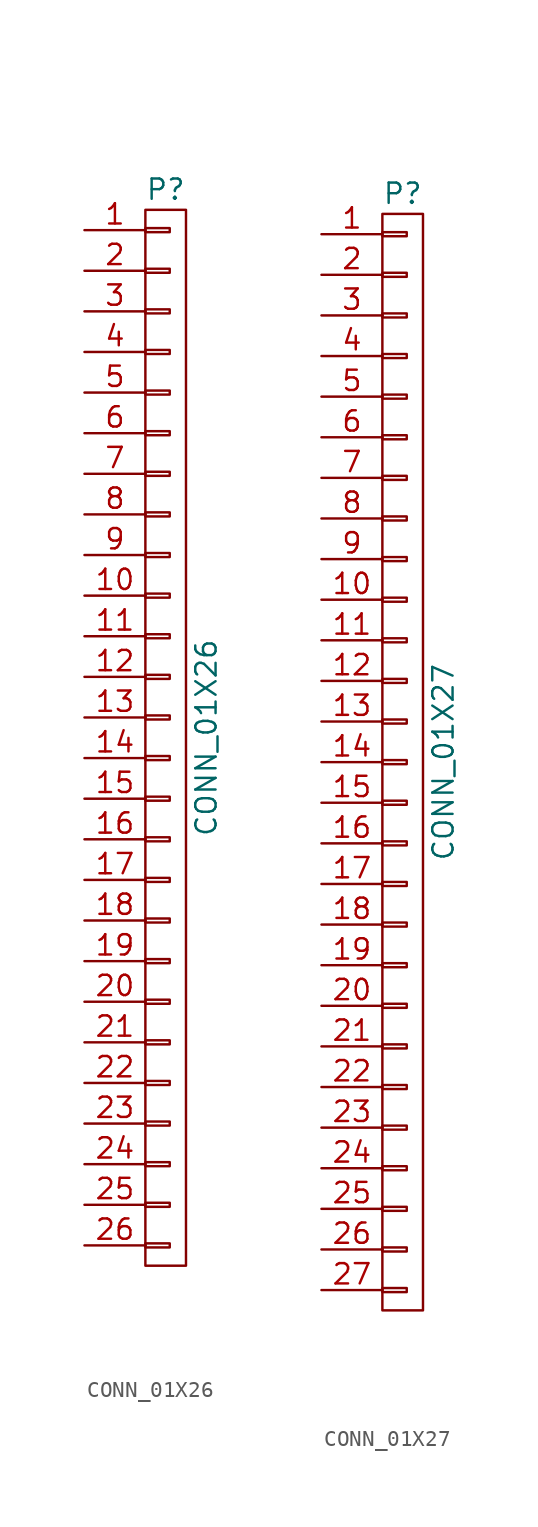
<source format=kicad_sym>
(kicad_symbol_lib
  (version 20231120)
  (generator "kicad_symbol_editor")
  (generator_version "8.0")
  (symbol "CONN_01X26"
    (pin_names
      (offset 1.016) hide)
    (property "Reference" "P"
      (at 0 34.29 0)
      (effects (font (size 1.27 1.27))))
    (property "Value" "CONN_01X26"
      (at 2.54 0 90)
      (effects (font (size 1.27 1.27))))
    (property "Footprint" ""
      (at 0 0 0)
      (effects (font (size 1.27 1.27))))
    (property "Datasheet" ""
      (at 0 0 0)
      (effects (font (size 1.27 1.27))))
    (symbol "CONN_01X26_0_1"
      (rectangle (start -1.27 -33.02) (end 1.27 33.02) (stroke (width 0) (type solid)) (fill (type none)))
      (rectangle (start -1.27 -31.623) (end 0.254 -31.877) (stroke (width 0) (type solid)) (fill (type none)))
      (rectangle (start -1.27 -29.083) (end 0.254 -29.337) (stroke (width 0) (type solid)) (fill (type none)))
      (rectangle (start -1.27 -26.543) (end 0.254 -26.797) (stroke (width 0) (type solid)) (fill (type none)))
      (rectangle (start -1.27 -24.003) (end 0.254 -24.257) (stroke (width 0) (type solid)) (fill (type none)))
      (rectangle (start -1.27 -21.463) (end 0.254 -21.717) (stroke (width 0) (type solid)) (fill (type none)))
      (rectangle (start -1.27 -18.923) (end 0.254 -19.177) (stroke (width 0) (type solid)) (fill (type none)))
      (rectangle (start -1.27 -16.383) (end 0.254 -16.637) (stroke (width 0) (type solid)) (fill (type none)))
      (rectangle (start -1.27 -13.843) (end 0.254 -14.097) (stroke (width 0) (type solid)) (fill (type none)))
      (rectangle (start -1.27 -11.303) (end 0.254 -11.557) (stroke (width 0) (type solid)) (fill (type none)))
      (rectangle (start -1.27 -8.763) (end 0.254 -9.017) (stroke (width 0) (type solid)) (fill (type none)))
      (rectangle (start -1.27 -6.223) (end 0.254 -6.477) (stroke (width 0) (type solid)) (fill (type none)))
      (rectangle (start -1.27 -3.683) (end 0.254 -3.937) (stroke (width 0) (type solid)) (fill (type none)))
      (rectangle (start -1.27 -1.143) (end 0.254 -1.397) (stroke (width 0) (type solid)) (fill (type none)))
      (rectangle (start -1.27 1.397) (end 0.254 1.143) (stroke (width 0) (type solid)) (fill (type none)))
      (rectangle (start -1.27 3.937) (end 0.254 3.683) (stroke (width 0) (type solid)) (fill (type none)))
      (rectangle (start -1.27 6.477) (end 0.254 6.223) (stroke (width 0) (type solid)) (fill (type none)))
      (rectangle (start -1.27 9.017) (end 0.254 8.763) (stroke (width 0) (type solid)) (fill (type none)))
      (rectangle (start -1.27 11.557) (end 0.254 11.303) (stroke (width 0) (type solid)) (fill (type none)))
      (rectangle (start -1.27 14.097) (end 0.254 13.843) (stroke (width 0) (type solid)) (fill (type none)))
      (rectangle (start -1.27 16.637) (end 0.254 16.383) (stroke (width 0) (type solid)) (fill (type none)))
      (rectangle (start -1.27 19.177) (end 0.254 18.923) (stroke (width 0) (type solid)) (fill (type none)))
      (rectangle (start -1.27 21.717) (end 0.254 21.463) (stroke (width 0) (type solid)) (fill (type none)))
      (rectangle (start -1.27 24.257) (end 0.254 24.003) (stroke (width 0) (type solid)) (fill (type none)))
      (rectangle (start -1.27 26.797) (end 0.254 26.543) (stroke (width 0) (type solid)) (fill (type none)))
      (rectangle (start -1.27 29.337) (end 0.254 29.083) (stroke (width 0) (type solid)) (fill (type none)))
      (rectangle (start -1.27 31.877) (end 0.254 31.623) (stroke (width 0) (type solid)) (fill (type none))))
    (symbol "CONN_01X26_1_1"
      (pin passive line (at -5.08 31.75 0) (length 3.81) (name "P1" (effects (font (size 1.27 1.27)))) (number "1" (effects (font (size 1.27 1.27)))))
      (pin passive line (at -5.08 8.89 0) (length 3.81) (name "P10" (effects (font (size 1.27 1.27)))) (number "10" (effects (font (size 1.27 1.27)))))
      (pin passive line (at -5.08 6.35 0) (length 3.81) (name "P11" (effects (font (size 1.27 1.27)))) (number "11" (effects (font (size 1.27 1.27)))))
      (pin passive line (at -5.08 3.81 0) (length 3.81) (name "P12" (effects (font (size 1.27 1.27)))) (number "12" (effects (font (size 1.27 1.27)))))
      (pin passive line (at -5.08 1.27 0) (length 3.81) (name "P13" (effects (font (size 1.27 1.27)))) (number "13" (effects (font (size 1.27 1.27)))))
      (pin passive line (at -5.08 -1.27 0) (length 3.81) (name "P14" (effects (font (size 1.27 1.27)))) (number "14" (effects (font (size 1.27 1.27)))))
      (pin passive line (at -5.08 -3.81 0) (length 3.81) (name "P15" (effects (font (size 1.27 1.27)))) (number "15" (effects (font (size 1.27 1.27)))))
      (pin passive line (at -5.08 -6.35 0) (length 3.81) (name "P16" (effects (font (size 1.27 1.27)))) (number "16" (effects (font (size 1.27 1.27)))))
      (pin passive line (at -5.08 -8.89 0) (length 3.81) (name "P17" (effects (font (size 1.27 1.27)))) (number "17" (effects (font (size 1.27 1.27)))))
      (pin passive line (at -5.08 -11.43 0) (length 3.81) (name "P18" (effects (font (size 1.27 1.27)))) (number "18" (effects (font (size 1.27 1.27)))))
      (pin passive line (at -5.08 -13.97 0) (length 3.81) (name "P19" (effects (font (size 1.27 1.27)))) (number "19" (effects (font (size 1.27 1.27)))))
      (pin passive line (at -5.08 29.21 0) (length 3.81) (name "P2" (effects (font (size 1.27 1.27)))) (number "2" (effects (font (size 1.27 1.27)))))
      (pin passive line (at -5.08 -16.51 0) (length 3.81) (name "P20" (effects (font (size 1.27 1.27)))) (number "20" (effects (font (size 1.27 1.27)))))
      (pin passive line (at -5.08 -19.05 0) (length 3.81) (name "P21" (effects (font (size 1.27 1.27)))) (number "21" (effects (font (size 1.27 1.27)))))
      (pin passive line (at -5.08 -21.59 0) (length 3.81) (name "P22" (effects (font (size 1.27 1.27)))) (number "22" (effects (font (size 1.27 1.27)))))
      (pin passive line (at -5.08 -24.13 0) (length 3.81) (name "P23" (effects (font (size 1.27 1.27)))) (number "23" (effects (font (size 1.27 1.27)))))
      (pin passive line (at -5.08 -26.67 0) (length 3.81) (name "P24" (effects (font (size 1.27 1.27)))) (number "24" (effects (font (size 1.27 1.27)))))
      (pin passive line (at -5.08 -29.21 0) (length 3.81) (name "P25" (effects (font (size 1.27 1.27)))) (number "25" (effects (font (size 1.27 1.27)))))
      (pin passive line (at -5.08 -31.75 0) (length 3.81) (name "P26" (effects (font (size 1.27 1.27)))) (number "26" (effects (font (size 1.27 1.27)))))
      (pin passive line (at -5.08 26.67 0) (length 3.81) (name "P3" (effects (font (size 1.27 1.27)))) (number "3" (effects (font (size 1.27 1.27)))))
      (pin passive line (at -5.08 24.13 0) (length 3.81) (name "P4" (effects (font (size 1.27 1.27)))) (number "4" (effects (font (size 1.27 1.27)))))
      (pin passive line (at -5.08 21.59 0) (length 3.81) (name "P5" (effects (font (size 1.27 1.27)))) (number "5" (effects (font (size 1.27 1.27)))))
      (pin passive line (at -5.08 19.05 0) (length 3.81) (name "P6" (effects (font (size 1.27 1.27)))) (number "6" (effects (font (size 1.27 1.27)))))
      (pin passive line (at -5.08 16.51 0) (length 3.81) (name "P7" (effects (font (size 1.27 1.27)))) (number "7" (effects (font (size 1.27 1.27)))))
      (pin passive line (at -5.08 13.97 0) (length 3.81) (name "P8" (effects (font (size 1.27 1.27)))) (number "8" (effects (font (size 1.27 1.27)))))
      (pin passive line (at -5.08 11.43 0) (length 3.81) (name "P9" (effects (font (size 1.27 1.27)))) (number "9" (effects (font (size 1.27 1.27)))))))
  (symbol "CONN_01X27"
    (pin_names
      (offset 1.016) hide)
    (property "Reference" "P"
      (at 0 35.56 0)
      (effects (font (size 1.27 1.27))))
    (property "Value" "CONN_01X27"
      (at 2.54 0 90)
      (effects (font (size 1.27 1.27))))
    (property "Footprint" ""
      (at 0 0 0)
      (effects (font (size 1.27 1.27))))
    (property "Datasheet" ""
      (at 0 0 0)
      (effects (font (size 1.27 1.27))))
    (symbol "CONN_01X27_0_1"
      (rectangle (start -1.27 -34.29) (end 1.27 34.29) (stroke (width 0) (type solid)) (fill (type none)))
      (rectangle (start -1.27 -32.893) (end 0.254 -33.147) (stroke (width 0) (type solid)) (fill (type none)))
      (rectangle (start -1.27 -30.353) (end 0.254 -30.607) (stroke (width 0) (type solid)) (fill (type none)))
      (rectangle (start -1.27 -27.813) (end 0.254 -28.067) (stroke (width 0) (type solid)) (fill (type none)))
      (rectangle (start -1.27 -25.273) (end 0.254 -25.527) (stroke (width 0) (type solid)) (fill (type none)))
      (rectangle (start -1.27 -22.733) (end 0.254 -22.987) (stroke (width 0) (type solid)) (fill (type none)))
      (rectangle (start -1.27 -20.193) (end 0.254 -20.447) (stroke (width 0) (type solid)) (fill (type none)))
      (rectangle (start -1.27 -17.653) (end 0.254 -17.907) (stroke (width 0) (type solid)) (fill (type none)))
      (rectangle (start -1.27 -15.113) (end 0.254 -15.367) (stroke (width 0) (type solid)) (fill (type none)))
      (rectangle (start -1.27 -12.573) (end 0.254 -12.827) (stroke (width 0) (type solid)) (fill (type none)))
      (rectangle (start -1.27 -10.033) (end 0.254 -10.287) (stroke (width 0) (type solid)) (fill (type none)))
      (rectangle (start -1.27 -7.493) (end 0.254 -7.747) (stroke (width 0) (type solid)) (fill (type none)))
      (rectangle (start -1.27 -4.953) (end 0.254 -5.207) (stroke (width 0) (type solid)) (fill (type none)))
      (rectangle (start -1.27 -2.413) (end 0.254 -2.667) (stroke (width 0) (type solid)) (fill (type none)))
      (rectangle (start -1.27 0.127) (end 0.254 -0.127) (stroke (width 0) (type solid)) (fill (type none)))
      (rectangle (start -1.27 2.667) (end 0.254 2.413) (stroke (width 0) (type solid)) (fill (type none)))
      (rectangle (start -1.27 5.207) (end 0.254 4.953) (stroke (width 0) (type solid)) (fill (type none)))
      (rectangle (start -1.27 7.747) (end 0.254 7.493) (stroke (width 0) (type solid)) (fill (type none)))
      (rectangle (start -1.27 10.287) (end 0.254 10.033) (stroke (width 0) (type solid)) (fill (type none)))
      (rectangle (start -1.27 12.827) (end 0.254 12.573) (stroke (width 0) (type solid)) (fill (type none)))
      (rectangle (start -1.27 15.367) (end 0.254 15.113) (stroke (width 0) (type solid)) (fill (type none)))
      (rectangle (start -1.27 17.907) (end 0.254 17.653) (stroke (width 0) (type solid)) (fill (type none)))
      (rectangle (start -1.27 20.447) (end 0.254 20.193) (stroke (width 0) (type solid)) (fill (type none)))
      (rectangle (start -1.27 22.987) (end 0.254 22.733) (stroke (width 0) (type solid)) (fill (type none)))
      (rectangle (start -1.27 25.527) (end 0.254 25.273) (stroke (width 0) (type solid)) (fill (type none)))
      (rectangle (start -1.27 28.067) (end 0.254 27.813) (stroke (width 0) (type solid)) (fill (type none)))
      (rectangle (start -1.27 30.607) (end 0.254 30.353) (stroke (width 0) (type solid)) (fill (type none)))
      (rectangle (start -1.27 33.147) (end 0.254 32.893) (stroke (width 0) (type solid)) (fill (type none))))
    (symbol "CONN_01X27_1_1"
      (pin passive line (at -5.08 33.02 0) (length 3.81) (name "P1" (effects (font (size 1.27 1.27)))) (number "1" (effects (font (size 1.27 1.27)))))
      (pin passive line (at -5.08 10.16 0) (length 3.81) (name "P10" (effects (font (size 1.27 1.27)))) (number "10" (effects (font (size 1.27 1.27)))))
      (pin passive line (at -5.08 7.62 0) (length 3.81) (name "P11" (effects (font (size 1.27 1.27)))) (number "11" (effects (font (size 1.27 1.27)))))
      (pin passive line (at -5.08 5.08 0) (length 3.81) (name "P12" (effects (font (size 1.27 1.27)))) (number "12" (effects (font (size 1.27 1.27)))))
      (pin passive line (at -5.08 2.54 0) (length 3.81) (name "P13" (effects (font (size 1.27 1.27)))) (number "13" (effects (font (size 1.27 1.27)))))
      (pin passive line (at -5.08 0 0) (length 3.81) (name "P14" (effects (font (size 1.27 1.27)))) (number "14" (effects (font (size 1.27 1.27)))))
      (pin passive line (at -5.08 -2.54 0) (length 3.81) (name "P15" (effects (font (size 1.27 1.27)))) (number "15" (effects (font (size 1.27 1.27)))))
      (pin passive line (at -5.08 -5.08 0) (length 3.81) (name "P16" (effects (font (size 1.27 1.27)))) (number "16" (effects (font (size 1.27 1.27)))))
      (pin passive line (at -5.08 -7.62 0) (length 3.81) (name "P17" (effects (font (size 1.27 1.27)))) (number "17" (effects (font (size 1.27 1.27)))))
      (pin passive line (at -5.08 -10.16 0) (length 3.81) (name "P18" (effects (font (size 1.27 1.27)))) (number "18" (effects (font (size 1.27 1.27)))))
      (pin passive line (at -5.08 -12.7 0) (length 3.81) (name "P19" (effects (font (size 1.27 1.27)))) (number "19" (effects (font (size 1.27 1.27)))))
      (pin passive line (at -5.08 30.48 0) (length 3.81) (name "P2" (effects (font (size 1.27 1.27)))) (number "2" (effects (font (size 1.27 1.27)))))
      (pin passive line (at -5.08 -15.24 0) (length 3.81) (name "P20" (effects (font (size 1.27 1.27)))) (number "20" (effects (font (size 1.27 1.27)))))
      (pin passive line (at -5.08 -17.78 0) (length 3.81) (name "P21" (effects (font (size 1.27 1.27)))) (number "21" (effects (font (size 1.27 1.27)))))
      (pin passive line (at -5.08 -20.32 0) (length 3.81) (name "P22" (effects (font (size 1.27 1.27)))) (number "22" (effects (font (size 1.27 1.27)))))
      (pin passive line (at -5.08 -22.86 0) (length 3.81) (name "P23" (effects (font (size 1.27 1.27)))) (number "23" (effects (font (size 1.27 1.27)))))
      (pin passive line (at -5.08 -25.4 0) (length 3.81) (name "P24" (effects (font (size 1.27 1.27)))) (number "24" (effects (font (size 1.27 1.27)))))
      (pin passive line (at -5.08 -27.94 0) (length 3.81) (name "P25" (effects (font (size 1.27 1.27)))) (number "25" (effects (font (size 1.27 1.27)))))
      (pin passive line (at -5.08 -30.48 0) (length 3.81) (name "P26" (effects (font (size 1.27 1.27)))) (number "26" (effects (font (size 1.27 1.27)))))
      (pin passive line (at -5.08 -33.02 0) (length 3.81) (name "P27" (effects (font (size 1.27 1.27)))) (number "27" (effects (font (size 1.27 1.27)))))
      (pin passive line (at -5.08 27.94 0) (length 3.81) (name "P3" (effects (font (size 1.27 1.27)))) (number "3" (effects (font (size 1.27 1.27)))))
      (pin passive line (at -5.08 25.4 0) (length 3.81) (name "P4" (effects (font (size 1.27 1.27)))) (number "4" (effects (font (size 1.27 1.27)))))
      (pin passive line (at -5.08 22.86 0) (length 3.81) (name "P5" (effects (font (size 1.27 1.27)))) (number "5" (effects (font (size 1.27 1.27)))))
      (pin passive line (at -5.08 20.32 0) (length 3.81) (name "P6" (effects (font (size 1.27 1.27)))) (number "6" (effects (font (size 1.27 1.27)))))
      (pin passive line (at -5.08 17.78 0) (length 3.81) (name "P7" (effects (font (size 1.27 1.27)))) (number "7" (effects (font (size 1.27 1.27)))))
      (pin passive line (at -5.08 15.24 0) (length 3.81) (name "P8" (effects (font (size 1.27 1.27)))) (number "8" (effects (font (size 1.27 1.27)))))
      (pin passive line (at -5.08 12.7 0) (length 3.81) (name "P9" (effects (font (size 1.27 1.27)))) (number "9" (effects (font (size 1.27 1.27))))))))
</source>
